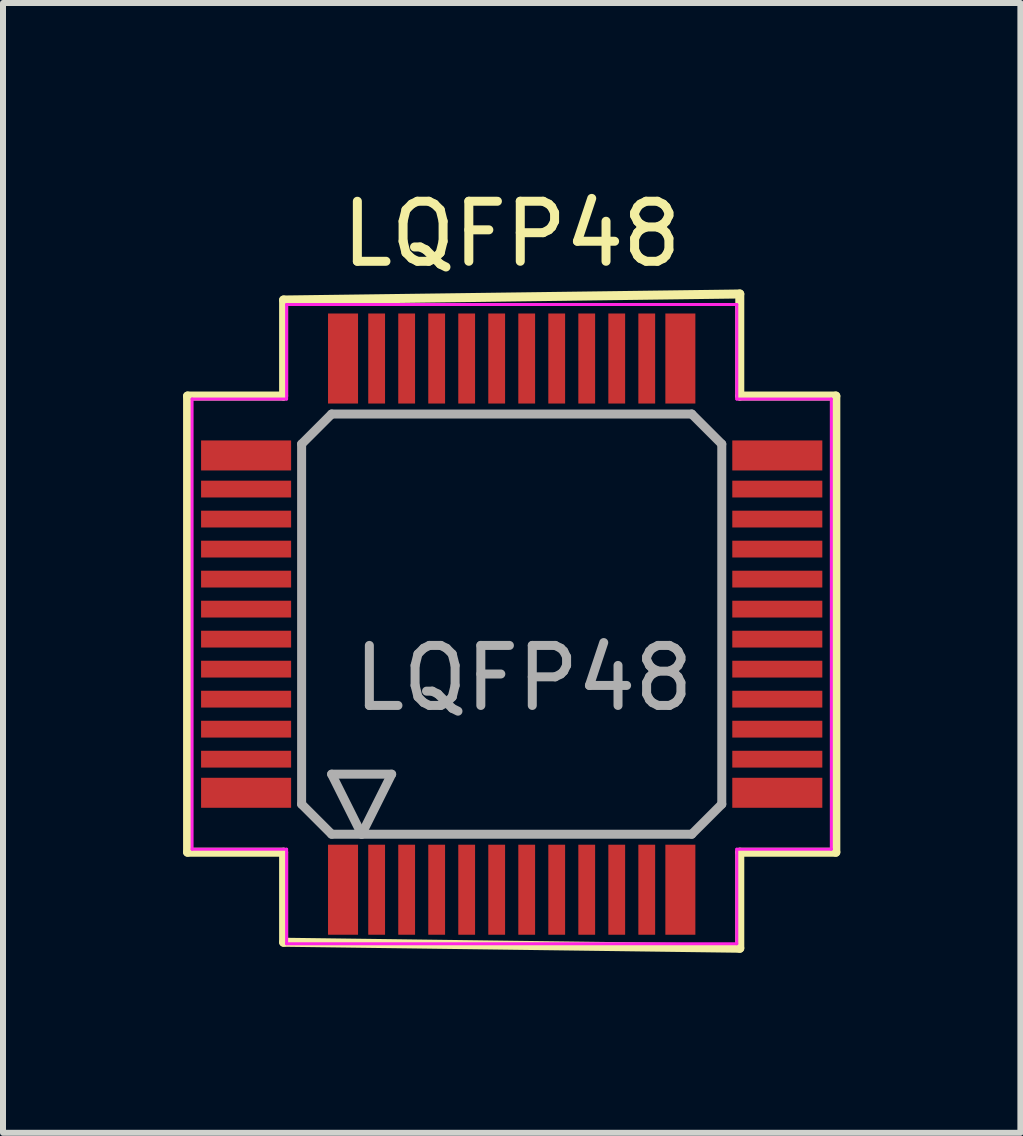
<source format=kicad_pcb>
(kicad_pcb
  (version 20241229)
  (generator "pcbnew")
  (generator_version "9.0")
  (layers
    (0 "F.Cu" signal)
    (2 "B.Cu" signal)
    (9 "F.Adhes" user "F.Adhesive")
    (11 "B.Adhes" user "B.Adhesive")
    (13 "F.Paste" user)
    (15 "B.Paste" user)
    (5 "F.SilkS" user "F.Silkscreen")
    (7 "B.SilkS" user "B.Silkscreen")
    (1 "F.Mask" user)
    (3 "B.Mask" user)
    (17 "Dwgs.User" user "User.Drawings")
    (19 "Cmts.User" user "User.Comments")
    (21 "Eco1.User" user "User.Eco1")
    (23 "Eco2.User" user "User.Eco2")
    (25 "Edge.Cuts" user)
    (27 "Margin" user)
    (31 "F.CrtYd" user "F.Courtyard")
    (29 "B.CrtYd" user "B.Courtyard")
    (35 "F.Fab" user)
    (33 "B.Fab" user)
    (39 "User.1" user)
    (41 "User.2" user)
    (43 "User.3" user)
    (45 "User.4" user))
  (footprint "LQFP48"
    (layer "F.Cu")
    (at 5.475 7.348)
    (property "Reference" "LQFP48" (at 0 -6.5 0) (layer "F.SilkS") (effects (font (size 1 1) (thickness 0.15))))
    (attr smd)
    (fp_line (start -5.4 -3.8) (end -5.4 3.8) (stroke (width 0.15) (type solid)) (layer "F.SilkS"))
    (fp_line (start -5.4 3.8) (end -3.8 3.8) (stroke (width 0.15) (type solid)) (layer "F.SilkS"))
    (fp_line (start -3.8 -5.4) (end -3.8 -3.8) (stroke (width 0.15) (type solid)) (layer "F.SilkS"))
    (fp_line (start -3.8 -3.8) (end -5.4 -3.8) (stroke (width 0.15) (type solid)) (layer "F.SilkS"))
    (fp_line (start -3.8 3.8) (end -3.8 5.3) (stroke (width 0.15) (type solid)) (layer "F.SilkS"))
    (fp_line (start -3.8 5.3) (end 3.8 5.4) (stroke (width 0.15) (type solid)) (layer "F.SilkS"))
    (fp_line (start 3.8 -5.5) (end -3.8 -5.4) (stroke (width 0.15) (type solid)) (layer "F.SilkS"))
    (fp_line (start 3.8 -3.8) (end 3.8 -5.5) (stroke (width 0.15) (type solid)) (layer "F.SilkS"))
    (fp_line (start 3.8 3.8) (end 5.4 3.8) (stroke (width 0.15) (type solid)) (layer "F.SilkS"))
    (fp_line (start 3.8 5.4) (end 3.8 3.8) (stroke (width 0.15) (type solid)) (layer "F.SilkS"))
    (fp_line (start 5.4 -3.8) (end 3.8 -3.8) (stroke (width 0.15) (type solid)) (layer "F.SilkS"))
    (fp_line (start 5.4 3.8) (end 5.4 -3.8) (stroke (width 0.15) (type solid)) (layer "F.SilkS"))
    (fp_line (start -5.325 -3.75) (end -5.325 3.75) (stroke (width 0.05) (type solid)) (layer "F.CrtYd"))
    (fp_line (start -5.325 -3.75) (end -3.75 -3.75) (stroke (width 0.05) (type solid)) (layer "F.CrtYd"))
    (fp_line (start -3.75 -3.75) (end -3.75 -5.325) (stroke (width 0.05) (type solid)) (layer "F.CrtYd"))
    (fp_line (start -3.75 3.75) (end -5.325 3.75) (stroke (width 0.05) (type solid)) (layer "F.CrtYd"))
    (fp_line (start -3.75 3.75) (end -3.75 5.325) (stroke (width 0.05) (type solid)) (layer "F.CrtYd"))
    (fp_line (start 3.75 -5.325) (end -3.75 -5.325) (stroke (width 0.05) (type solid)) (layer "F.CrtYd"))
    (fp_line (start 3.75 -3.75) (end 3.75 -5.325) (stroke (width 0.05) (type solid)) (layer "F.CrtYd"))
    (fp_line (start 3.75 -3.75) (end 5.325 -3.75) (stroke (width 0.05) (type solid)) (layer "F.CrtYd"))
    (fp_line (start 3.75 3.75) (end 3.75 5.325) (stroke (width 0.05) (type solid)) (layer "F.CrtYd"))
    (fp_line (start 3.75 3.75) (end 5.325 3.75) (stroke (width 0.05) (type solid)) (layer "F.CrtYd"))
    (fp_line (start 3.75 5.325) (end -3.75 5.325) (stroke (width 0.05) (type solid)) (layer "F.CrtYd"))
    (fp_line (start 5.325 -3.75) (end 5.325 3.75) (stroke (width 0.05) (type solid)) (layer "F.CrtYd"))
    (fp_line (start -3.5 -3) (end -3.5 3) (stroke (width 0.15) (type solid)) (layer "F.Fab"))
    (fp_line (start -3.5 -3) (end -3 -3.5) (stroke (width 0.15) (type solid)) (layer "F.Fab"))
    (fp_line (start -3 2.5) (end -2.5 3.5) (stroke (width 0.15) (type solid)) (layer "F.Fab"))
    (fp_line (start -3 3.5) (end -3.5 3) (stroke (width 0.15) (type solid)) (layer "F.Fab"))
    (fp_line (start -3 3.5) (end 3 3.5) (stroke (width 0.15) (type solid)) (layer "F.Fab"))
    (fp_line (start -2.5 3.5) (end -2 2.5) (stroke (width 0.15) (type solid)) (layer "F.Fab"))
    (fp_line (start -2 2.5) (end -3 2.5) (stroke (width 0.15) (type solid)) (layer "F.Fab"))
    (fp_line (start 3 -3.5) (end -3 -3.5) (stroke (width 0.15) (type solid)) (layer "F.Fab"))
    (fp_line (start 3.5 -3) (end 3 -3.5) (stroke (width 0.15) (type solid)) (layer "F.Fab"))
    (fp_line (start 3.5 3) (end 3 3.5) (stroke (width 0.15) (type solid)) (layer "F.Fab"))
    (fp_line (start 3.5 3) (end 3.5 -3) (stroke (width 0.15) (type solid)) (layer "F.Fab"))
    (fp_text user "${REFERENCE}" (at 0.2 0.9 0) (layer "F.Fab") (effects (font (size 1 1) (thickness 0.15))))
    (pad "1" smd rect (at -2.81 4.425) (size 0.5 1.5) (layers "F.Cu" "F.Mask" "F.Paste"))
    (pad "2" smd rect (at -2.25 4.425) (size 0.28 1.5) (layers "F.Cu" "F.Mask" "F.Paste"))
    (pad "3" smd rect (at -1.75 4.425) (size 0.28 1.5) (layers "F.Cu" "F.Mask" "F.Paste"))
    (pad "4" smd rect (at -1.25 4.425) (size 0.28 1.5) (layers "F.Cu" "F.Mask" "F.Paste"))
    (pad "5" smd rect (at -0.75 4.425) (size 0.28 1.5) (layers "F.Cu" "F.Mask" "F.Paste"))
    (pad "6" smd rect (at -0.25 4.425) (size 0.28 1.5) (layers "F.Cu" "F.Mask" "F.Paste"))
    (pad "7" smd rect (at 0.25 4.425) (size 0.28 1.5) (layers "F.Cu" "F.Mask" "F.Paste"))
    (pad "8" smd rect (at 0.75 4.425) (size 0.28 1.5) (layers "F.Cu" "F.Mask" "F.Paste"))
    (pad "9" smd rect (at 1.25 4.425) (size 0.28 1.5) (layers "F.Cu" "F.Mask" "F.Paste"))
    (pad "10" smd rect (at 1.75 4.425) (size 0.28 1.5) (layers "F.Cu" "F.Mask" "F.Paste"))
    (pad "11" smd rect (at 2.25 4.425) (size 0.28 1.5) (layers "F.Cu" "F.Mask" "F.Paste"))
    (pad "12" smd rect (at 2.81 4.425) (size 0.5 1.5) (layers "F.Cu" "F.Mask" "F.Paste"))
    (pad "13" smd rect (at 4.425 2.81) (size 1.5 0.5) (layers "F.Cu" "F.Mask" "F.Paste"))
    (pad "14" smd rect (at 4.425 2.25) (size 1.5 0.28) (layers "F.Cu" "F.Mask" "F.Paste"))
    (pad "15" smd rect (at 4.425 1.75) (size 1.5 0.28) (layers "F.Cu" "F.Mask" "F.Paste"))
    (pad "16" smd rect (at 4.425 1.25) (size 1.5 0.28) (layers "F.Cu" "F.Mask" "F.Paste"))
    (pad "17" smd rect (at 4.425 0.75) (size 1.5 0.28) (layers "F.Cu" "F.Mask" "F.Paste"))
    (pad "18" smd rect (at 4.425 0.25) (size 1.5 0.28) (layers "F.Cu" "F.Mask" "F.Paste"))
    (pad "19" smd rect (at 4.425 -0.25) (size 1.5 0.28) (layers "F.Cu" "F.Mask" "F.Paste"))
    (pad "20" smd rect (at 4.425 -0.75) (size 1.5 0.28) (layers "F.Cu" "F.Mask" "F.Paste"))
    (pad "21" smd rect (at 4.425 -1.25) (size 1.5 0.28) (layers "F.Cu" "F.Mask" "F.Paste"))
    (pad "22" smd rect (at 4.425 -1.75) (size 1.5 0.28) (layers "F.Cu" "F.Mask" "F.Paste"))
    (pad "23" smd rect (at 4.425 -2.25) (size 1.5 0.28) (layers "F.Cu" "F.Mask" "F.Paste"))
    (pad "24" smd rect (at 4.425 -2.81) (size 1.5 0.5) (layers "F.Cu" "F.Mask" "F.Paste"))
    (pad "25" smd rect (at 2.81 -4.425) (size 0.5 1.5) (layers "F.Cu" "F.Mask" "F.Paste"))
    (pad "26" smd rect (at 2.25 -4.425) (size 0.28 1.5) (layers "F.Cu" "F.Mask" "F.Paste"))
    (pad "27" smd rect (at 1.75 -4.425) (size 0.28 1.5) (layers "F.Cu" "F.Mask" "F.Paste"))
    (pad "28" smd rect (at 1.25 -4.425) (size 0.28 1.5) (layers "F.Cu" "F.Mask" "F.Paste"))
    (pad "29" smd rect (at 0.75 -4.425) (size 0.28 1.5) (layers "F.Cu" "F.Mask" "F.Paste"))
    (pad "30" smd rect (at 0.25 -4.425) (size 0.28 1.5) (layers "F.Cu" "F.Mask" "F.Paste"))
    (pad "31" smd rect (at -0.25 -4.425) (size 0.28 1.5) (layers "F.Cu" "F.Mask" "F.Paste"))
    (pad "32" smd rect (at -0.75 -4.425) (size 0.28 1.5) (layers "F.Cu" "F.Mask" "F.Paste"))
    (pad "33" smd rect (at -1.25 -4.425) (size 0.28 1.5) (layers "F.Cu" "F.Mask" "F.Paste"))
    (pad "34" smd rect (at -1.75 -4.425) (size 0.28 1.5) (layers "F.Cu" "F.Mask" "F.Paste"))
    (pad "35" smd rect (at -2.25 -4.425) (size 0.28 1.5) (layers "F.Cu" "F.Mask" "F.Paste"))
    (pad "36" smd rect (at -2.81 -4.425) (size 0.5 1.5) (layers "F.Cu" "F.Mask" "F.Paste"))
    (pad "37" smd rect (at -4.425 -2.81) (size 1.5 0.5) (layers "F.Cu" "F.Mask" "F.Paste"))
    (pad "38" smd rect (at -4.425 -2.25) (size 1.5 0.28) (layers "F.Cu" "F.Mask" "F.Paste"))
    (pad "39" smd rect (at -4.425 -1.75) (size 1.5 0.28) (layers "F.Cu" "F.Mask" "F.Paste"))
    (pad "40" smd rect (at -4.425 -1.25) (size 1.5 0.28) (layers "F.Cu" "F.Mask" "F.Paste"))
    (pad "41" smd rect (at -4.425 -0.75) (size 1.5 0.28) (layers "F.Cu" "F.Mask" "F.Paste"))
    (pad "42" smd rect (at -4.425 -0.25) (size 1.5 0.28) (layers "F.Cu" "F.Mask" "F.Paste"))
    (pad "43" smd rect (at -4.425 0.25) (size 1.5 0.28) (layers "F.Cu" "F.Mask" "F.Paste"))
    (pad "44" smd rect (at -4.425 0.75) (size 1.5 0.28) (layers "F.Cu" "F.Mask" "F.Paste"))
    (pad "45" smd rect (at -4.425 1.25) (size 1.5 0.28) (layers "F.Cu" "F.Mask" "F.Paste"))
    (pad "46" smd rect (at -4.425 1.75) (size 1.5 0.28) (layers "F.Cu" "F.Mask" "F.Paste"))
    (pad "47" smd rect (at -4.425 2.25) (size 1.5 0.28) (layers "F.Cu" "F.Mask" "F.Paste"))
    (pad "48" smd rect (at -4.425 2.81) (size 1.5 0.5) (layers "F.Cu" "F.Mask" "F.Paste")))
  (gr_rect
    (start -3 -3)
    (end 13.95 15.823)
    (stroke (width 0.1) (type default))
    (fill no)
    (layer "Edge.Cuts")))
</source>
